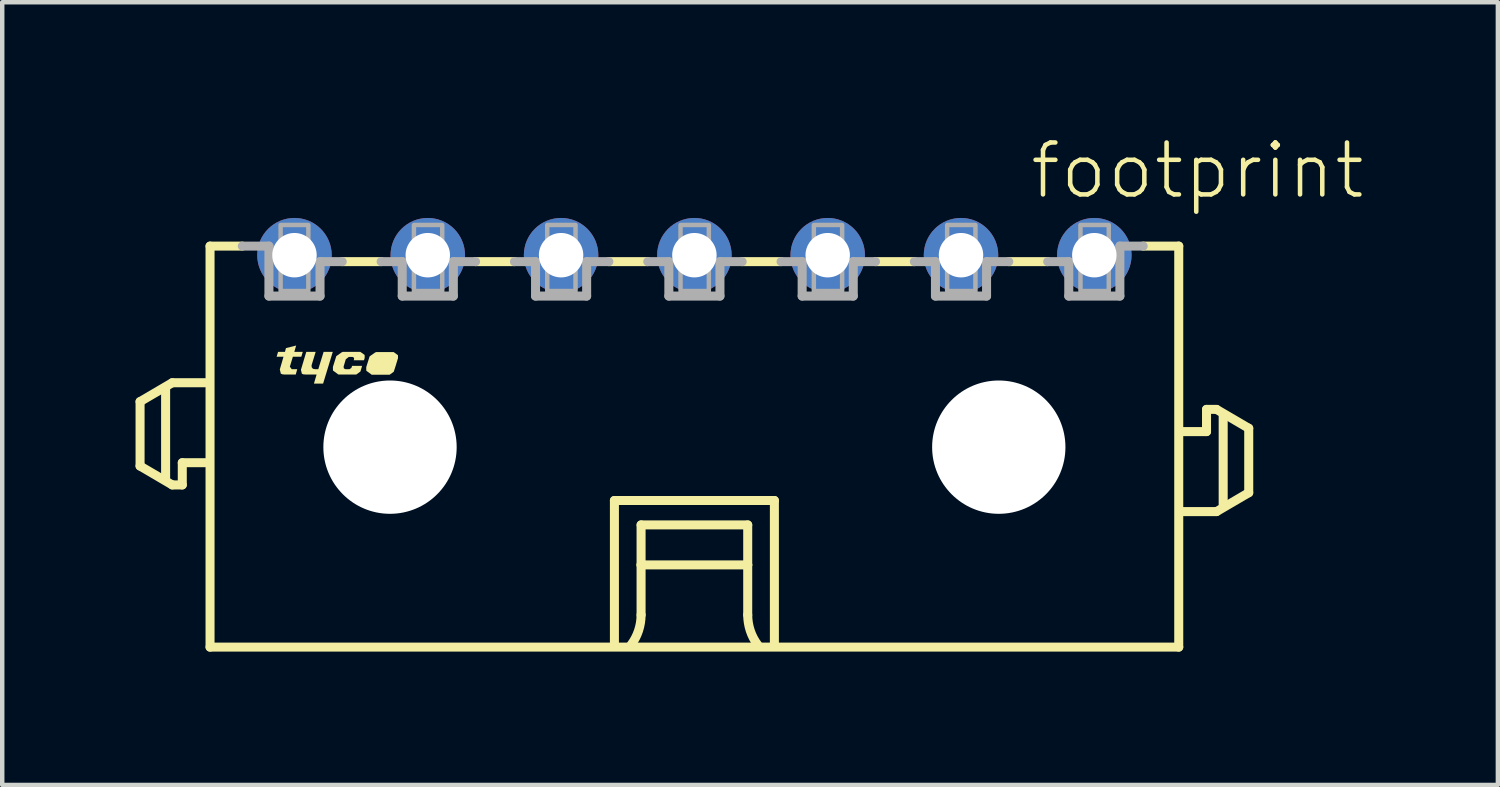
<source format=kicad_pcb>
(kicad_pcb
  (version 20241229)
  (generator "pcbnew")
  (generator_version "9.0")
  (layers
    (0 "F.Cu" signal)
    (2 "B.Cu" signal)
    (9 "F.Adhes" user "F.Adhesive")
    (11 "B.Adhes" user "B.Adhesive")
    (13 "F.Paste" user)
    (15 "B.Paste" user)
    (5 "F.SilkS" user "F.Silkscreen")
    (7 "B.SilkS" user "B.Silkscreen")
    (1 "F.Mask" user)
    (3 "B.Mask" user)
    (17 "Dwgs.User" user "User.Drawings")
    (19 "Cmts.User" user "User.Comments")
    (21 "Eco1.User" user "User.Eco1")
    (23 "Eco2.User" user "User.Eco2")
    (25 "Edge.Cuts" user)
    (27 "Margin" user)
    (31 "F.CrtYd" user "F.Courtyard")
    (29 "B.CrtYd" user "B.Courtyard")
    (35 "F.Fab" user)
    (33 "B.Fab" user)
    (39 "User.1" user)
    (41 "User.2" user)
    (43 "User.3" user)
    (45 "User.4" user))
  (footprint "footprint"
    (layer "F.Cu")
    (at 12.577 7.013)
    (property "Reference" "footprint" (at 7.5 -5.54 0) (layer "F.SilkS") (effects (font (size 1.168 1.168) (thickness 0.102)) (justify left bottom)))
    (fp_line (start -12.475 -1.025) (end -12.475 0.425) (stroke (width 0.203) (type solid)) (layer "F.SilkS"))
    (fp_line (start -12.475 0.425) (end -11.75 0.85) (stroke (width 0.203) (type solid)) (layer "F.SilkS"))
    (fp_line (start -11.9 0.7) (end -11.9 -1.3) (stroke (width 0.203) (type solid)) (layer "F.SilkS"))
    (fp_line (start -11.75 -1.45) (end -12.475 -1.025) (stroke (width 0.203) (type solid)) (layer "F.SilkS"))
    (fp_line (start -11.75 0.85) (end -11.525 0.85) (stroke (width 0.203) (type solid)) (layer "F.SilkS"))
    (fp_line (start -11.525 0.35) (end -11 0.35) (stroke (width 0.203) (type solid)) (layer "F.SilkS"))
    (fp_line (start -11.525 0.85) (end -11.525 0.35) (stroke (width 0.203) (type solid)) (layer "F.SilkS"))
    (fp_line (start -11 -1.45) (end -11.75 -1.45) (stroke (width 0.203) (type solid)) (layer "F.SilkS"))
    (fp_line (start -10.9 -4.525) (end -10.9 4.5) (stroke (width 0.203) (type solid)) (layer "F.SilkS"))
    (fp_line (start -10.9 -4.525) (end -10.175 -4.525) (stroke (width 0.203) (type solid)) (layer "F.SilkS"))
    (fp_line (start -10.9 4.5) (end 10.9 4.5) (stroke (width 0.203) (type solid)) (layer "F.SilkS"))
    (fp_line (start -7.05 -4.175) (end -7.925 -4.175) (stroke (width 0.203) (type solid)) (layer "F.SilkS"))
    (fp_line (start -4.05 -4.175) (end -4.925 -4.175) (stroke (width 0.203) (type solid)) (layer "F.SilkS"))
    (fp_line (start -1.8 1.2) (end 1.8 1.2) (stroke (width 0.203) (type solid)) (layer "F.SilkS"))
    (fp_line (start -1.8 4.4) (end -1.8 1.2) (stroke (width 0.203) (type solid)) (layer "F.SilkS"))
    (fp_line (start -1.2 1.75) (end -1.2 2.65) (stroke (width 0.203) (type solid)) (layer "F.SilkS"))
    (fp_line (start -1.2 2.65) (end -1.2 3.775) (stroke (width 0.203) (type solid)) (layer "F.SilkS"))
    (fp_line (start -1.2 2.65) (end 1.2 2.65) (stroke (width 0.203) (type solid)) (layer "F.SilkS"))
    (fp_line (start -1.05 -4.175) (end -1.925 -4.175) (stroke (width 0.203) (type solid)) (layer "F.SilkS"))
    (fp_line (start 1.2 1.75) (end -1.2 1.75) (stroke (width 0.203) (type solid)) (layer "F.SilkS"))
    (fp_line (start 1.2 2.65) (end 1.2 1.75) (stroke (width 0.203) (type solid)) (layer "F.SilkS"))
    (fp_line (start 1.2 2.65) (end 1.2 3.775) (stroke (width 0.203) (type solid)) (layer "F.SilkS"))
    (fp_line (start 1.8 1.2) (end 1.8 4.4) (stroke (width 0.203) (type solid)) (layer "F.SilkS"))
    (fp_line (start 1.95 -4.175) (end 1.075 -4.175) (stroke (width 0.203) (type solid)) (layer "F.SilkS"))
    (fp_line (start 4.95 -4.175) (end 4.075 -4.175) (stroke (width 0.203) (type solid)) (layer "F.SilkS"))
    (fp_line (start 7.95 -4.175) (end 7.075 -4.175) (stroke (width 0.203) (type solid)) (layer "F.SilkS"))
    (fp_line (start 10.9 -4.525) (end 10.1 -4.525) (stroke (width 0.203) (type solid)) (layer "F.SilkS"))
    (fp_line (start 10.9 4.5) (end 10.9 -4.525) (stroke (width 0.203) (type solid)) (layer "F.SilkS"))
    (fp_line (start 11 1.45) (end 11.75 1.45) (stroke (width 0.203) (type solid)) (layer "F.SilkS"))
    (fp_line (start 11.525 -0.85) (end 11.525 -0.35) (stroke (width 0.203) (type solid)) (layer "F.SilkS"))
    (fp_line (start 11.525 -0.35) (end 11 -0.35) (stroke (width 0.203) (type solid)) (layer "F.SilkS"))
    (fp_line (start 11.75 -0.85) (end 11.525 -0.85) (stroke (width 0.203) (type solid)) (layer "F.SilkS"))
    (fp_line (start 11.75 1.45) (end 12.475 1.025) (stroke (width 0.203) (type solid)) (layer "F.SilkS"))
    (fp_line (start 11.9 1.3) (end 11.9 -0.7) (stroke (width 0.203) (type solid)) (layer "F.SilkS"))
    (fp_line (start 12.475 -0.425) (end 11.75 -0.85) (stroke (width 0.203) (type solid)) (layer "F.SilkS"))
    (fp_line (start 12.475 1.025) (end 12.475 -0.425) (stroke (width 0.203) (type solid)) (layer "F.SilkS"))
    (fp_arc (start -1.2 3.775) (mid -1.257731 4.130756) (end -1.425 4.449999) (stroke (width 0.2032) (type solid)) (layer "F.SilkS"))
    (fp_arc (start 1.425 4.449999) (mid 1.257732 4.130756) (end 1.2 3.775) (stroke (width 0.2032) (type solid)) (layer "F.SilkS"))
    (fp_poly (pts (xy -8.615 -1.844) (xy -8.613 -1.799) (xy -8.585 -1.764) (xy -8.539 -1.755) (xy -8.464 -1.755) (xy -8.344 -2.145) (xy -8.138 -2.145) (xy -8.356 -1.43) (xy -8.562 -1.43) (xy -8.502 -1.635) (xy -8.78 -1.635) (xy -8.78 -1.645) (xy -8.785 -1.645) (xy -8.785 -1.64) (xy -8.787 -1.635) (xy -8.833 -1.651) (xy -8.855 -1.74) (xy -8.734 -2.145) (xy -8.523 -2.145)) (stroke (width 0) (type solid)) (fill yes) (layer "F.SilkS"))
    (fp_poly (pts (xy -9.003 -2.145) (xy -8.813 -2.145) (xy -8.846 -2.035) (xy -9.036 -2.035) (xy -9.104 -1.811) (xy -9.062 -1.755) (xy -8.938 -1.755) (xy -8.971 -1.635) (xy -9.25 -1.635) (xy -9.25 -1.645) (xy -9.255 -1.645) (xy -9.255 -1.64) (xy -9.257 -1.635) (xy -9.307 -1.653) (xy -9.33 -1.75) (xy -9.247 -2.035) (xy -9.402 -2.035) (xy -9.369 -2.145) (xy -9.214 -2.145) (xy -9.192 -2.229) (xy -8.963 -2.287)) (stroke (width 0) (type solid)) (fill yes) (layer "F.SilkS"))
    (fp_poly (pts (xy -6.671 -2.069) (xy -6.67 -2.005) (xy -6.67 -2.004) (xy -6.723 -1.83) (xy -6.723 -1.83) (xy -6.725 -1.823) (xy -6.726 -1.82) (xy -6.726 -1.82) (xy -6.766 -1.697) (xy -6.858 -1.63) (xy -7.262 -1.63) (xy -7.384 -1.72) (xy -7.385 -1.8) (xy -7.385 -1.801) (xy -7.309 -2.043) (xy -7.173 -2.139) (xy -7.17 -2.135) (xy -7.17 -2.13) (xy -7.165 -2.13) (xy -7.165 -2.14) (xy -6.768 -2.14)) (stroke (width 0) (type solid)) (fill yes) (layer "F.SilkS"))
    (fp_poly (pts (xy -7.421 -2.074) (xy -7.42 -2.01) (xy -7.42 -2.009) (xy -7.436 -1.955) (xy -7.667 -1.955) (xy -7.66 -1.976) (xy -7.658 -2.001) (xy -7.672 -2.022) (xy -7.696 -2.03) (xy -7.778 -2.03) (xy -7.846 -1.977) (xy -7.895 -1.81) (xy -7.888 -1.772) (xy -7.854 -1.755) (xy -7.762 -1.755) (xy -7.719 -1.783) (xy -7.704 -1.83) (xy -7.478 -1.83) (xy -7.516 -1.702) (xy -7.608 -1.635) (xy -8.012 -1.635) (xy -8.134 -1.725) (xy -8.135 -1.805) (xy -8.135 -1.806) (xy -8.059 -2.048) (xy -7.923 -2.144) (xy -7.92 -2.14) (xy -7.92 -2.135) (xy -7.915 -2.135) (xy -7.915 -2.145) (xy -7.518 -2.145)) (stroke (width 0) (type solid)) (fill yes) (layer "F.SilkS"))
    (fp_line (start -9.575 -4.525) (end -10.175 -4.525) (stroke (width 0.203) (type solid)) (layer "F.Fab"))
    (fp_line (start -9.575 -3.4) (end -9.575 -4.525) (stroke (width 0.203) (type solid)) (layer "F.Fab"))
    (fp_line (start -8.425 -4.175) (end -8.425 -3.4) (stroke (width 0.203) (type solid)) (layer "F.Fab"))
    (fp_line (start -8.425 -3.4) (end -9.575 -3.4) (stroke (width 0.203) (type solid)) (layer "F.Fab"))
    (fp_line (start -7.925 -4.175) (end -8.425 -4.175) (stroke (width 0.203) (type solid)) (layer "F.Fab"))
    (fp_line (start -6.575 -4.175) (end -7.05 -4.175) (stroke (width 0.203) (type solid)) (layer "F.Fab"))
    (fp_line (start -6.575 -3.4) (end -6.575 -4.175) (stroke (width 0.203) (type solid)) (layer "F.Fab"))
    (fp_line (start -5.425 -4.175) (end -5.425 -3.4) (stroke (width 0.203) (type solid)) (layer "F.Fab"))
    (fp_line (start -5.425 -3.4) (end -6.575 -3.4) (stroke (width 0.203) (type solid)) (layer "F.Fab"))
    (fp_line (start -4.925 -4.175) (end -5.425 -4.175) (stroke (width 0.203) (type solid)) (layer "F.Fab"))
    (fp_line (start -3.575 -4.175) (end -4.05 -4.175) (stroke (width 0.203) (type solid)) (layer "F.Fab"))
    (fp_line (start -3.575 -3.4) (end -3.575 -4.175) (stroke (width 0.203) (type solid)) (layer "F.Fab"))
    (fp_line (start -2.425 -4.175) (end -2.425 -3.4) (stroke (width 0.203) (type solid)) (layer "F.Fab"))
    (fp_line (start -2.425 -3.4) (end -3.575 -3.4) (stroke (width 0.203) (type solid)) (layer "F.Fab"))
    (fp_line (start -1.925 -4.175) (end -2.425 -4.175) (stroke (width 0.203) (type solid)) (layer "F.Fab"))
    (fp_line (start -0.575 -4.175) (end -1.05 -4.175) (stroke (width 0.203) (type solid)) (layer "F.Fab"))
    (fp_line (start -0.575 -3.4) (end -0.575 -4.175) (stroke (width 0.203) (type solid)) (layer "F.Fab"))
    (fp_line (start 0.575 -4.175) (end 0.575 -3.4) (stroke (width 0.203) (type solid)) (layer "F.Fab"))
    (fp_line (start 0.575 -3.4) (end -0.575 -3.4) (stroke (width 0.203) (type solid)) (layer "F.Fab"))
    (fp_line (start 1.075 -4.175) (end 0.575 -4.175) (stroke (width 0.203) (type solid)) (layer "F.Fab"))
    (fp_line (start 2.425 -4.175) (end 1.95 -4.175) (stroke (width 0.203) (type solid)) (layer "F.Fab"))
    (fp_line (start 2.425 -3.4) (end 2.425 -4.175) (stroke (width 0.203) (type solid)) (layer "F.Fab"))
    (fp_line (start 3.575 -4.175) (end 3.575 -3.4) (stroke (width 0.203) (type solid)) (layer "F.Fab"))
    (fp_line (start 3.575 -3.4) (end 2.425 -3.4) (stroke (width 0.203) (type solid)) (layer "F.Fab"))
    (fp_line (start 4.075 -4.175) (end 3.575 -4.175) (stroke (width 0.203) (type solid)) (layer "F.Fab"))
    (fp_line (start 5.425 -4.175) (end 4.95 -4.175) (stroke (width 0.203) (type solid)) (layer "F.Fab"))
    (fp_line (start 5.425 -3.4) (end 5.425 -4.175) (stroke (width 0.203) (type solid)) (layer "F.Fab"))
    (fp_line (start 6.575 -4.175) (end 6.575 -3.4) (stroke (width 0.203) (type solid)) (layer "F.Fab"))
    (fp_line (start 6.575 -3.4) (end 5.425 -3.4) (stroke (width 0.203) (type solid)) (layer "F.Fab"))
    (fp_line (start 7.075 -4.175) (end 6.575 -4.175) (stroke (width 0.203) (type solid)) (layer "F.Fab"))
    (fp_line (start 8.425 -4.175) (end 7.95 -4.175) (stroke (width 0.203) (type solid)) (layer "F.Fab"))
    (fp_line (start 8.425 -3.4) (end 8.425 -4.175) (stroke (width 0.203) (type solid)) (layer "F.Fab"))
    (fp_line (start 9.575 -4.525) (end 9.575 -3.4) (stroke (width 0.203) (type solid)) (layer "F.Fab"))
    (fp_line (start 9.575 -3.4) (end 8.425 -3.4) (stroke (width 0.203) (type solid)) (layer "F.Fab"))
    (fp_line (start 10.1 -4.525) (end 9.575 -4.525) (stroke (width 0.203) (type solid)) (layer "F.Fab"))
    (fp_poly (pts (xy -9.312 -3.513) (xy -8.688 -3.513) (xy -8.688 -5) (xy -9.312 -5)) (stroke (width 0.1) (type solid)) (fill no) (layer "F.Fab"))
    (fp_poly (pts (xy -6.312 -3.513) (xy -5.675 -3.513) (xy -5.675 -5) (xy -6.312 -5)) (stroke (width 0.1) (type solid)) (fill no) (layer "F.Fab"))
    (fp_poly (pts (xy -3.312 -3.513) (xy -2.675 -3.513) (xy -2.675 -5) (xy -3.312 -5)) (stroke (width 0.1) (type solid)) (fill no) (layer "F.Fab"))
    (fp_poly (pts (xy -0.312 -3.513) (xy 0.325 -3.513) (xy 0.325 -5) (xy -0.312 -5)) (stroke (width 0.1) (type solid)) (fill no) (layer "F.Fab"))
    (fp_poly (pts (xy 2.688 -3.513) (xy 3.325 -3.513) (xy 3.325 -5) (xy 2.688 -5)) (stroke (width 0.1) (type solid)) (fill no) (layer "F.Fab"))
    (fp_poly (pts (xy 5.688 -3.513) (xy 6.325 -3.513) (xy 6.325 -5) (xy 5.688 -5)) (stroke (width 0.1) (type solid)) (fill no) (layer "F.Fab"))
    (fp_poly (pts (xy 8.688 -3.513) (xy 9.325 -3.513) (xy 9.325 -5) (xy 8.688 -5)) (stroke (width 0.1) (type solid)) (fill no) (layer "F.Fab"))
    (pad "" np_thru_hole circle (at -6.85 0) (size 3 3) (drill 3) (layers "*.Cu" "*.Mask"))
    (pad "" np_thru_hole circle (at 6.85 0) (size 3 3) (drill 3) (layers "*.Cu" "*.Mask"))
    (pad "1" thru_hole circle (at 9 -4.32) (size 1.676 1.676) (drill 1) (layers "*.Cu" "*.Mask"))
    (pad "2" thru_hole circle (at 6 -4.32) (size 1.676 1.676) (drill 1) (layers "*.Cu" "*.Mask"))
    (pad "3" thru_hole circle (at 3 -4.32) (size 1.676 1.676) (drill 1) (layers "*.Cu" "*.Mask"))
    (pad "4" thru_hole circle (at 0 -4.32) (size 1.676 1.676) (drill 1) (layers "*.Cu" "*.Mask"))
    (pad "5" thru_hole circle (at -3 -4.32) (size 1.676 1.676) (drill 1) (layers "*.Cu" "*.Mask"))
    (pad "6" thru_hole circle (at -6 -4.32) (size 1.676 1.676) (drill 1) (layers "*.Cu" "*.Mask"))
    (pad "7" thru_hole circle (at -9 -4.32) (size 1.676 1.676) (drill 1) (layers "*.Cu" "*.Mask")))
  (gr_rect
    (start -3 -3)
    (end 30.659 14.615)
    (stroke (width 0.1) (type default))
    (fill no)
    (layer "Edge.Cuts")))
</source>
